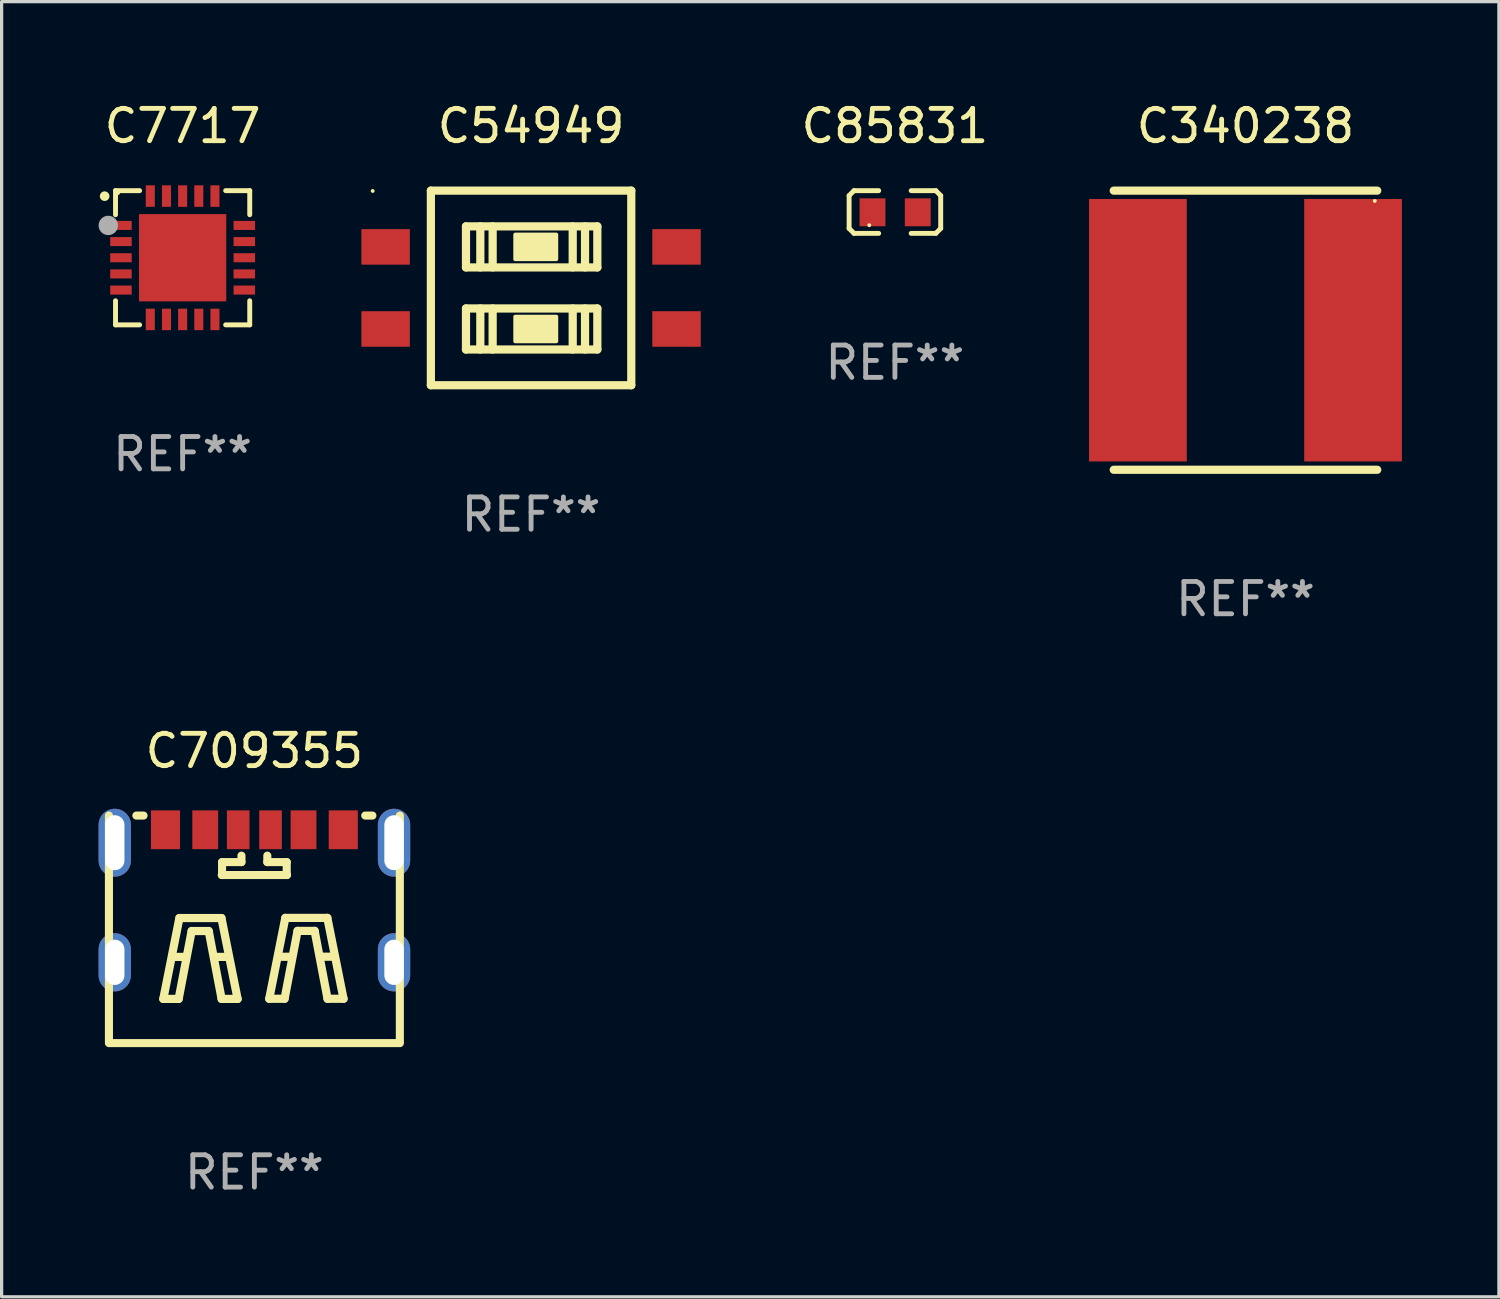
<source format=kicad_pcb>
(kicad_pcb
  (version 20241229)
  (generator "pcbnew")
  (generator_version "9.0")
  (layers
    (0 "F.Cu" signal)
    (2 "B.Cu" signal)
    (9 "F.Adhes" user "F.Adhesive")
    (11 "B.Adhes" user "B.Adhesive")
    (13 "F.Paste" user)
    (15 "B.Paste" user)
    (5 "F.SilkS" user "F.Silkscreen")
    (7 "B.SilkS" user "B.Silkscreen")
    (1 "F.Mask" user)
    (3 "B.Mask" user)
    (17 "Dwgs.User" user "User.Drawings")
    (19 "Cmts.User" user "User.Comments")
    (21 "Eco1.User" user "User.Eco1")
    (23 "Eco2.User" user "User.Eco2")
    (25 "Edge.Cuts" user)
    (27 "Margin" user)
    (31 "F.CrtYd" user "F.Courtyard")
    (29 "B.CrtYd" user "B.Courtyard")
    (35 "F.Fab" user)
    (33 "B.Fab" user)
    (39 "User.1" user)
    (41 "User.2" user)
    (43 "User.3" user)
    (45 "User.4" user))
  (footprint "C340238"
    (layer "F.Cu")
    (at 35.482 7.166)
    (property "Reference" "C340238" (at 0 -6.318 0) (layer "F.SilkS") (effects (font (size 1 1) (thickness 0.15))))
    (attr through_hole)
    (fp_line (start -4.076 -4.318) (end 4.076 -4.318) (stroke (width 0.254) (type solid)) (layer "F.SilkS"))
    (fp_line (start -4.076 4.318) (end 4.076 4.318) (stroke (width 0.254) (type solid)) (layer "F.SilkS"))
    (fp_circle (center 4 -4) (end 4.03 -4) (stroke (width 0.06) (type solid)) (fill no) (layer "F.SilkS"))
    (fp_text user "REF**" (at 0 8.318 0) (layer "F.Fab") (effects (font (size 1 1) (thickness 0.15))))
    (pad "1" smd rect (at 3.328 0) (size 3.024 8.12) (layers "F.Cu" "F.Mask" "F.Paste"))
    (pad "2" smd rect (at -3.328 0) (size 3.024 8.12) (layers "F.Cu" "F.Mask" "F.Paste")))
  (footprint "C54949"
    (layer "F.Cu")
    (at 13.38 5.858)
    (property "Reference" "C54949" (at 0 -5.01 0) (layer "F.SilkS") (effects (font (size 1 1) (thickness 0.15))))
    (attr through_hole)
    (fp_line (start -3.1 -3.01) (end 3.1 -3.01) (stroke (width 0.254) (type solid)) (layer "F.SilkS"))
    (fp_line (start -3.1 3.01) (end -3.1 -3.01) (stroke (width 0.254) (type solid)) (layer "F.SilkS"))
    (fp_line (start -2.014 -1.905) (end 2.05 -1.905) (stroke (width 0.254) (type solid)) (layer "F.SilkS"))
    (fp_line (start -2.014 -0.635) (end -2.014 -1.905) (stroke (width 0.254) (type solid)) (layer "F.SilkS"))
    (fp_line (start -2.014 0.635) (end 2.05 0.635) (stroke (width 0.254) (type solid)) (layer "F.SilkS"))
    (fp_line (start -2.014 1.905) (end -2.014 0.635) (stroke (width 0.254) (type solid)) (layer "F.SilkS"))
    (fp_line (start -1.57 -1.905) (end -1.57 -0.635) (stroke (width 0.254) (type solid)) (layer "F.SilkS"))
    (fp_line (start -1.57 0.635) (end -1.57 1.905) (stroke (width 0.254) (type solid)) (layer "F.SilkS"))
    (fp_line (start -1.189 -1.905) (end -1.189 -0.635) (stroke (width 0.254) (type solid)) (layer "F.SilkS"))
    (fp_line (start -1.189 0.635) (end -1.189 1.905) (stroke (width 0.254) (type solid)) (layer "F.SilkS"))
    (fp_line (start 1.288 -1.905) (end 1.288 -0.635) (stroke (width 0.254) (type solid)) (layer "F.SilkS"))
    (fp_line (start 1.288 0.635) (end 1.288 1.905) (stroke (width 0.254) (type solid)) (layer "F.SilkS"))
    (fp_line (start 1.669 -1.905) (end 1.669 -0.635) (stroke (width 0.254) (type solid)) (layer "F.SilkS"))
    (fp_line (start 1.669 0.635) (end 1.669 1.905) (stroke (width 0.254) (type solid)) (layer "F.SilkS"))
    (fp_line (start 2.05 -1.905) (end 2.05 -0.635) (stroke (width 0.254) (type solid)) (layer "F.SilkS"))
    (fp_line (start 2.05 -0.635) (end -2.014 -0.635) (stroke (width 0.254) (type solid)) (layer "F.SilkS"))
    (fp_line (start 2.05 0.635) (end 2.05 1.905) (stroke (width 0.254) (type solid)) (layer "F.SilkS"))
    (fp_line (start 2.05 1.905) (end -2.014 1.905) (stroke (width 0.254) (type solid)) (layer "F.SilkS"))
    (fp_line (start 3.1 -3.01) (end 3.1 3.01) (stroke (width 0.254) (type solid)) (layer "F.SilkS"))
    (fp_line (start 3.1 3.01) (end -3.1 3.01) (stroke (width 0.254) (type solid)) (layer "F.SilkS"))
    (fp_circle (center -4.9 -3) (end -4.87 -3) (stroke (width 0.06) (type solid)) (fill no) (layer "F.SilkS"))
    (fp_poly (pts (xy -0.49 -1.651) (xy 0.78 -1.651) (xy 0.78 -0.889) (xy -0.49 -0.889)) (stroke (width 0.12) (type solid)) (fill yes) (layer "F.SilkS"))
    (fp_poly (pts (xy -0.49 0.889) (xy 0.78 0.889) (xy 0.78 1.651) (xy -0.49 1.651)) (stroke (width 0.12) (type solid)) (fill yes) (layer "F.SilkS"))
    (fp_text user "REF**" (at 0 7.01 0) (layer "F.Fab") (effects (font (size 1 1) (thickness 0.15))))
    (pad "1" smd rect (at -4.5 -1.27 270) (size 1.1 1.5) (layers "F.Cu" "F.Mask" "F.Paste"))
    (pad "2" smd rect (at -4.5 1.27 270) (size 1.1 1.5) (layers "F.Cu" "F.Mask" "F.Paste"))
    (pad "3" smd rect (at 4.5 1.27 270) (size 1.1 1.5) (layers "F.Cu" "F.Mask" "F.Paste"))
    (pad "4" smd rect (at 4.5 -1.27 270) (size 1.1 1.5) (layers "F.Cu" "F.Mask" "F.Paste")))
  (footprint "C709355"
    (layer "F.Cu")
    (at 4.82 25.701)
    (property "Reference" "C709355" (at 0 -5.52 0) (layer "F.SilkS") (effects (font (size 1 1) (thickness 0.15))))
    (attr through_hole)
    (fp_line (start -4.5 -3.52) (end -4.5 3.47) (stroke (width 0.25) (type solid)) (layer "F.SilkS"))
    (fp_line (start -4.5 3.52) (end 4.5 3.52) (stroke (width 0.25) (type solid)) (layer "F.SilkS"))
    (fp_line (start -3.651 -3.52) (end -3.429 -3.52) (stroke (width 0.25) (type solid)) (layer "F.SilkS"))
    (fp_line (start -2.818 2.153) (end -2.32 -0.349) (stroke (width 0.254) (type solid)) (layer "F.SilkS"))
    (fp_line (start -2.518 0.853) (end -2.119 0.853) (stroke (width 0.254) (type solid)) (layer "F.SilkS"))
    (fp_line (start -2.343 2.153) (end -2.818 2.153) (stroke (width 0.254) (type solid)) (layer "F.SilkS"))
    (fp_line (start -2.32 -0.349) (end -1.019 -0.349) (stroke (width 0.254) (type solid)) (layer "F.SilkS"))
    (fp_line (start -1.941 0.053) (end -2.343 2.153) (stroke (width 0.254) (type solid)) (layer "F.SilkS"))
    (fp_line (start -1.413 0.053) (end -1.941 0.053) (stroke (width 0.254) (type solid)) (layer "F.SilkS"))
    (fp_line (start -1.219 0.852) (end -0.819 0.852) (stroke (width 0.254) (type solid)) (layer "F.SilkS"))
    (fp_line (start -1.019 -0.349) (end -0.519 2.153) (stroke (width 0.254) (type solid)) (layer "F.SilkS"))
    (fp_line (start -1.014 2.153) (end -1.413 0.053) (stroke (width 0.254) (type solid)) (layer "F.SilkS"))
    (fp_line (start -1.01 -1.68) (end 1.01 -1.68) (stroke (width 0.25) (type solid)) (layer "F.SilkS"))
    (fp_line (start -1 -2.08) (end -0.4 -2.08) (stroke (width 0.25) (type solid)) (layer "F.SilkS"))
    (fp_line (start -1 -1.68) (end -1 -2.08) (stroke (width 0.25) (type solid)) (layer "F.SilkS"))
    (fp_line (start -0.519 2.153) (end -1.014 2.153) (stroke (width 0.254) (type solid)) (layer "F.SilkS"))
    (fp_line (start -0.4 -2.08) (end -0.4 -2.28) (stroke (width 0.25) (type solid)) (layer "F.SilkS"))
    (fp_line (start 0.4 -2.08) (end 0.4 -2.28) (stroke (width 0.25) (type solid)) (layer "F.SilkS"))
    (fp_line (start 0.459 2.148) (end 0.957 -0.354) (stroke (width 0.254) (type solid)) (layer "F.SilkS"))
    (fp_line (start 0.759 0.848) (end 1.158 0.848) (stroke (width 0.254) (type solid)) (layer "F.SilkS"))
    (fp_line (start 0.934 2.148) (end 0.459 2.148) (stroke (width 0.254) (type solid)) (layer "F.SilkS"))
    (fp_line (start 0.957 -0.354) (end 2.257 -0.354) (stroke (width 0.254) (type solid)) (layer "F.SilkS"))
    (fp_line (start 1 -2.08) (end 0.4 -2.08) (stroke (width 0.25) (type solid)) (layer "F.SilkS"))
    (fp_line (start 1 -1.68) (end 1 -2.08) (stroke (width 0.25) (type solid)) (layer "F.SilkS"))
    (fp_line (start 1.335 0.048) (end 0.934 2.148) (stroke (width 0.254) (type solid)) (layer "F.SilkS"))
    (fp_line (start 1.864 0.048) (end 1.335 0.048) (stroke (width 0.254) (type solid)) (layer "F.SilkS"))
    (fp_line (start 2.058 0.847) (end 2.458 0.847) (stroke (width 0.254) (type solid)) (layer "F.SilkS"))
    (fp_line (start 2.257 -0.354) (end 2.758 2.148) (stroke (width 0.254) (type solid)) (layer "F.SilkS"))
    (fp_line (start 2.263 2.148) (end 1.864 0.048) (stroke (width 0.254) (type solid)) (layer "F.SilkS"))
    (fp_line (start 2.758 2.148) (end 2.263 2.148) (stroke (width 0.254) (type solid)) (layer "F.SilkS"))
    (fp_line (start 3.429 -3.52) (end 3.651 -3.52) (stroke (width 0.25) (type solid)) (layer "F.SilkS"))
    (fp_line (start 4.5 -3.52) (end 4.5 3.47) (stroke (width 0.25) (type solid)) (layer "F.SilkS"))
    (fp_circle (center -4.48 -3.34) (end -4.45 -3.34) (stroke (width 0.06) (type solid)) (fill no) (layer "F.SilkS"))
    (fp_text user "REF**" (at 0 7.52 0) (layer "F.Fab") (effects (font (size 1 1) (thickness 0.15))))
    (pad "1" thru_hole oval (at -4.32 -2.68) (size 1 2.1) (drill oval 0.6 1.7) (layers "*.Cu" "*.Mask"))
    (pad "2" thru_hole oval (at 4.32 -2.68) (size 1 2.1) (drill oval 0.6 1.7) (layers "*.Cu" "*.Mask"))
    (pad "3" thru_hole oval (at -4.32 1.02) (size 1 1.8) (drill oval 0.6 1.4) (layers "*.Cu" "*.Mask"))
    (pad "4" thru_hole oval (at 4.32 1.02) (size 1 1.8) (drill oval 0.6 1.4) (layers "*.Cu" "*.Mask"))
    (pad "A5" smd rect (at -0.5 -3.08) (size 0.7 1.2) (layers "F.Cu" "F.Mask" "F.Paste"))
    (pad "A9" smd rect (at 1.52 -3.08) (size 0.8 1.2) (layers "F.Cu" "F.Mask" "F.Paste"))
    (pad "A12" smd rect (at 2.75 -3.08) (size 0.9 1.2) (layers "F.Cu" "F.Mask" "F.Paste"))
    (pad "B5" smd rect (at 0.5 -3.08) (size 0.7 1.2) (layers "F.Cu" "F.Mask" "F.Paste"))
    (pad "B9" smd rect (at -1.52 -3.08) (size 0.8 1.2) (layers "F.Cu" "F.Mask" "F.Paste"))
    (pad "B12" smd rect (at -2.75 -3.08) (size 0.9 1.2) (layers "F.Cu" "F.Mask" "F.Paste")))
  (footprint "C85831"
    (layer "F.Cu")
    (at 24.636 3.509)
    (property "Reference" "C85831" (at 0 -2.661 0) (layer "F.SilkS") (effects (font (size 1 1) (thickness 0.15))))
    (attr through_hole)
    (fp_line (start -1.417 -0.508) (end -1.265 -0.661) (stroke (width 0.152) (type solid)) (layer "F.SilkS"))
    (fp_line (start -1.417 0.508) (end -1.417 -0.508) (stroke (width 0.152) (type solid)) (layer "F.SilkS"))
    (fp_line (start -1.265 -0.661) (end -0.503 -0.661) (stroke (width 0.152) (type solid)) (layer "F.SilkS"))
    (fp_line (start -1.265 0.661) (end -1.417 0.508) (stroke (width 0.152) (type solid)) (layer "F.SilkS"))
    (fp_line (start -1.265 0.661) (end -0.503 0.661) (stroke (width 0.152) (type solid)) (layer "F.SilkS"))
    (fp_line (start 1.265 -0.661) (end 0.503 -0.661) (stroke (width 0.152) (type solid)) (layer "F.SilkS"))
    (fp_line (start 1.265 -0.661) (end 1.417 -0.508) (stroke (width 0.152) (type solid)) (layer "F.SilkS"))
    (fp_line (start 1.265 0.661) (end 0.503 0.661) (stroke (width 0.152) (type solid)) (layer "F.SilkS"))
    (fp_line (start 1.417 -0.508) (end 1.417 0.508) (stroke (width 0.152) (type solid)) (layer "F.SilkS"))
    (fp_line (start 1.417 0.508) (end 1.265 0.661) (stroke (width 0.152) (type solid)) (layer "F.SilkS"))
    (fp_circle (center -0.793 0.409) (end -0.763 0.409) (stroke (width 0.06) (type solid)) (fill no) (layer "F.SilkS"))
    (fp_text user "REF**" (at 0 4.661 0) (layer "F.Fab") (effects (font (size 1 1) (thickness 0.15))))
    (pad "1" smd rect (at -0.693 0.009 180) (size 0.8 0.864) (layers "F.Cu" "F.Mask" "F.Paste"))
    (pad "2" smd rect (at 0.707 0.009 180) (size 0.8 0.864) (layers "F.Cu" "F.Mask" "F.Paste")))
  (footprint "C7717"
    (layer "F.Cu")
    (at 2.6 4.924)
    (property "Reference" "C7717" (at 0 -4.076 0) (layer "F.SilkS") (effects (font (size 1 1) (thickness 0.15))))
    (attr through_hole)
    (fp_line (start -2.076 -2.076) (end -2.076 -1.331) (stroke (width 0.152) (type solid)) (layer "F.SilkS"))
    (fp_line (start -2.076 2.076) (end -2.076 1.331) (stroke (width 0.152) (type solid)) (layer "F.SilkS"))
    (fp_line (start -1.331 -2.076) (end -2.076 -2.076) (stroke (width 0.152) (type solid)) (layer "F.SilkS"))
    (fp_line (start -1.331 2.076) (end -2.076 2.076) (stroke (width 0.152) (type solid)) (layer "F.SilkS"))
    (fp_line (start 1.331 -2.076) (end 2.076 -2.076) (stroke (width 0.152) (type solid)) (layer "F.SilkS"))
    (fp_line (start 1.331 2.076) (end 2.076 2.076) (stroke (width 0.152) (type solid)) (layer "F.SilkS"))
    (fp_line (start 2.076 -2.076) (end 2.076 -1.331) (stroke (width 0.152) (type solid)) (layer "F.SilkS"))
    (fp_line (start 2.076 2.076) (end 2.076 1.331) (stroke (width 0.152) (type solid)) (layer "F.SilkS"))
    (fp_circle (center -2.413 -1.905) (end -2.338 -1.905) (stroke (width 0.15) (type solid)) (fill no) (layer "F.SilkS"))
    (fp_circle (center -2 -2) (end -1.97 -2) (stroke (width 0.06) (type solid)) (fill no) (layer "F.SilkS"))
    (fp_circle (center -2.3 -1) (end -2.15 -1) (stroke (width 0.3) (type solid)) (fill no) (layer "F.Fab"))
    (fp_text user "REF**" (at 0 6.076 0) (layer "F.Fab") (effects (font (size 1 1) (thickness 0.15))))
    (pad "1" smd rect (at -1.908 -1) (size 0.665 0.28) (layers "F.Cu" "F.Mask" "F.Paste"))
    (pad "2" smd rect (at -1.908 -0.5) (size 0.665 0.28) (layers "F.Cu" "F.Mask" "F.Paste"))
    (pad "3" smd rect (at -1.908 0) (size 0.665 0.28) (layers "F.Cu" "F.Mask" "F.Paste"))
    (pad "4" smd rect (at -1.908 0.5) (size 0.665 0.28) (layers "F.Cu" "F.Mask" "F.Paste"))
    (pad "5" smd rect (at -1.908 1) (size 0.665 0.28) (layers "F.Cu" "F.Mask" "F.Paste"))
    (pad "6" smd rect (at -1 1.908) (size 0.28 0.665) (layers "F.Cu" "F.Mask" "F.Paste"))
    (pad "7" smd rect (at -0.5 1.908) (size 0.28 0.665) (layers "F.Cu" "F.Mask" "F.Paste"))
    (pad "8" smd rect (at 0 1.908) (size 0.28 0.665) (layers "F.Cu" "F.Mask" "F.Paste"))
    (pad "9" smd rect (at 0.5 1.908) (size 0.28 0.665) (layers "F.Cu" "F.Mask" "F.Paste"))
    (pad "10" smd rect (at 1 1.908) (size 0.28 0.665) (layers "F.Cu" "F.Mask" "F.Paste"))
    (pad "11" smd rect (at 1.908 1) (size 0.665 0.28) (layers "F.Cu" "F.Mask" "F.Paste"))
    (pad "12" smd rect (at 1.908 0.5) (size 0.665 0.28) (layers "F.Cu" "F.Mask" "F.Paste"))
    (pad "13" smd rect (at 1.908 0) (size 0.665 0.28) (layers "F.Cu" "F.Mask" "F.Paste"))
    (pad "14" smd rect (at 1.908 -0.5) (size 0.665 0.28) (layers "F.Cu" "F.Mask" "F.Paste"))
    (pad "15" smd rect (at 1.908 -1) (size 0.665 0.28) (layers "F.Cu" "F.Mask" "F.Paste"))
    (pad "16" smd rect (at 1 -1.908) (size 0.28 0.665) (layers "F.Cu" "F.Mask" "F.Paste"))
    (pad "17" smd rect (at 0.5 -1.908) (size 0.28 0.665) (layers "F.Cu" "F.Mask" "F.Paste"))
    (pad "18" smd rect (at 0 -1.908) (size 0.28 0.665) (layers "F.Cu" "F.Mask" "F.Paste"))
    (pad "19" smd rect (at -0.5 -1.908) (size 0.28 0.665) (layers "F.Cu" "F.Mask" "F.Paste"))
    (pad "20" smd rect (at -1 -1.908) (size 0.28 0.665) (layers "F.Cu" "F.Mask" "F.Paste"))
    (pad "21" smd rect (at 0 0) (size 2.7 2.7) (layers "F.Cu" "F.Mask" "F.Paste")))
  (gr_rect
    (start -3 -3)
    (end 43.322 37.069)
    (stroke (width 0.1) (type default))
    (fill no)
    (layer "Edge.Cuts")))
</source>
